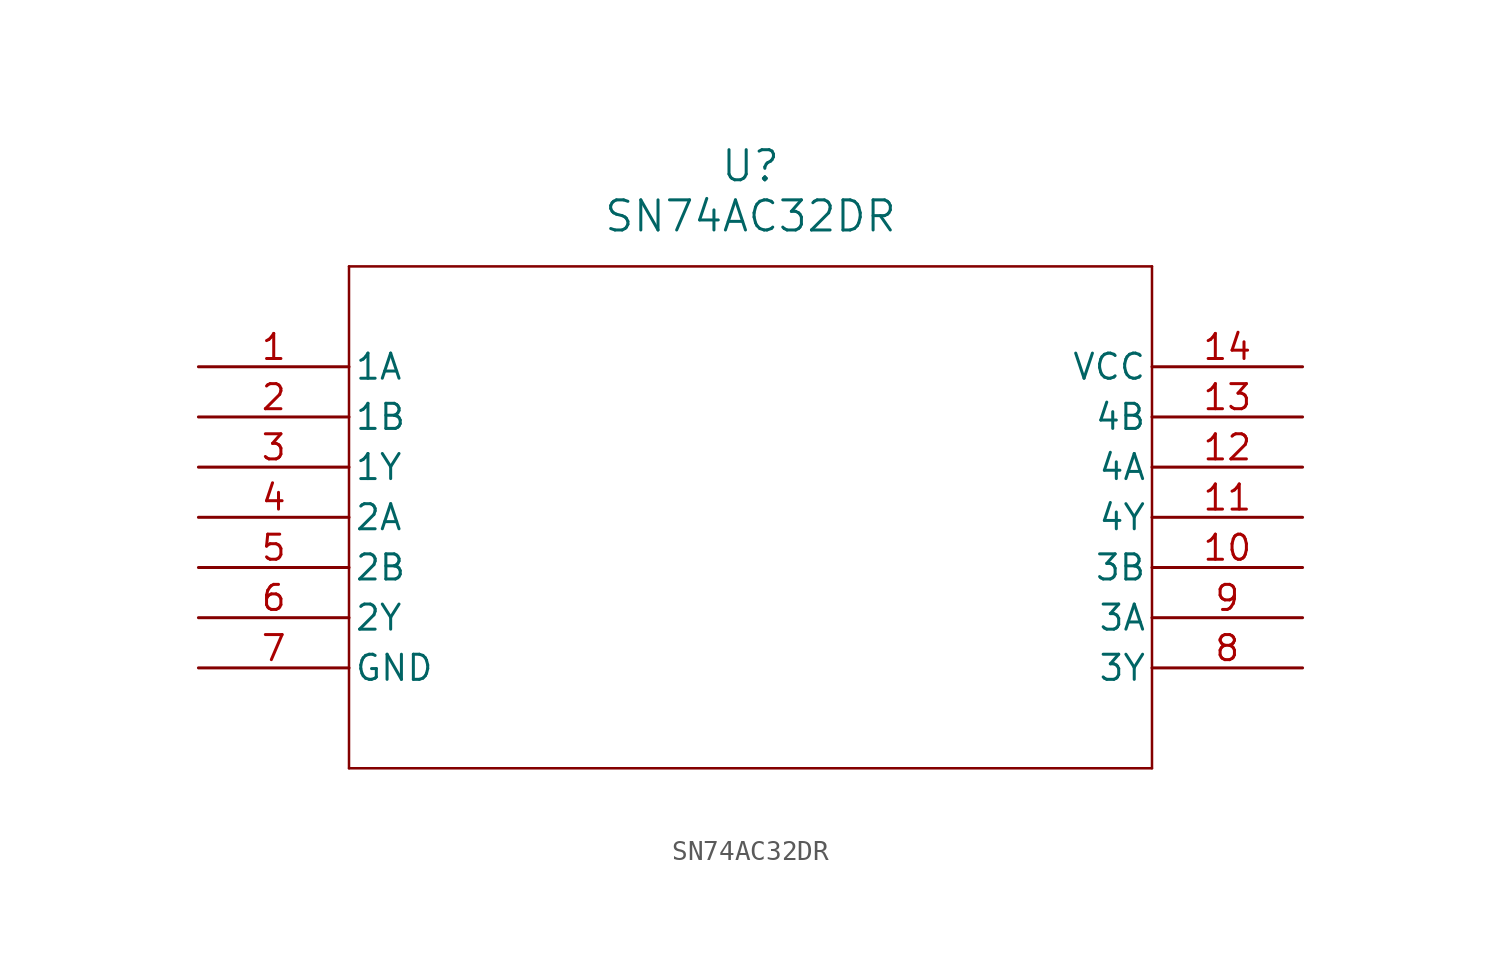
<source format=kicad_sym>
(kicad_symbol_lib
  (version 20211014)
  (generator kicad_symbol_editor)
  (symbol "SN74AC32DR"
    (pin_names
      (offset 0.254))
    (property "Reference" "U"
      (at 27.94 10.16 0)
      (effects (font (size 1.524 1.524))))
    (property "Value" "SN74AC32DR"
      (at 27.94 7.62 0)
      (effects (font (size 1.524 1.524))))
    (symbol "SN74AC32DR_0_1"
      (polyline (pts (xy 7.62 5.08) (xy 7.62 -20.32)) (stroke (width 0.127) (type default) (color 0 0 0 0)) (fill (type none)))
      (polyline (pts (xy 7.62 -20.32) (xy 48.26 -20.32)) (stroke (width 0.127) (type default) (color 0 0 0 0)) (fill (type none)))
      (polyline (pts (xy 48.26 -20.32) (xy 48.26 5.08)) (stroke (width 0.127) (type default) (color 0 0 0 0)) (fill (type none)))
      (polyline (pts (xy 48.26 5.08) (xy 7.62 5.08)) (stroke (width 0.127) (type default) (color 0 0 0 0)) (fill (type none)))
      (pin input line (at 0 0 0) (length 7.62) (name "1A" (effects (font (size 1.27 1.27)))) (number "1" (effects (font (size 1.27 1.27)))))
      (pin input line (at 0 -2.54 0) (length 7.62) (name "1B" (effects (font (size 1.27 1.27)))) (number "2" (effects (font (size 1.27 1.27)))))
      (pin output line (at 0 -5.08 0) (length 7.62) (name "1Y" (effects (font (size 1.27 1.27)))) (number "3" (effects (font (size 1.27 1.27)))))
      (pin input line (at 0 -7.62 0) (length 7.62) (name "2A" (effects (font (size 1.27 1.27)))) (number "4" (effects (font (size 1.27 1.27)))))
      (pin input line (at 0 -10.16 0) (length 7.62) (name "2B" (effects (font (size 1.27 1.27)))) (number "5" (effects (font (size 1.27 1.27)))))
      (pin output line (at 0 -12.7 0) (length 7.62) (name "2Y" (effects (font (size 1.27 1.27)))) (number "6" (effects (font (size 1.27 1.27)))))
      (pin power_in line (at 0 -15.24 0) (length 7.62) (name "GND" (effects (font (size 1.27 1.27)))) (number "7" (effects (font (size 1.27 1.27)))))
      (pin output line (at 55.88 -15.24 180) (length 7.62) (name "3Y" (effects (font (size 1.27 1.27)))) (number "8" (effects (font (size 1.27 1.27)))))
      (pin input line (at 55.88 -12.7 180) (length 7.62) (name "3A" (effects (font (size 1.27 1.27)))) (number "9" (effects (font (size 1.27 1.27)))))
      (pin input line (at 55.88 -10.16 180) (length 7.62) (name "3B" (effects (font (size 1.27 1.27)))) (number "10" (effects (font (size 1.27 1.27)))))
      (pin output line (at 55.88 -7.62 180) (length 7.62) (name "4Y" (effects (font (size 1.27 1.27)))) (number "11" (effects (font (size 1.27 1.27)))))
      (pin input line (at 55.88 -5.08 180) (length 7.62) (name "4A" (effects (font (size 1.27 1.27)))) (number "12" (effects (font (size 1.27 1.27)))))
      (pin input line (at 55.88 -2.54 180) (length 7.62) (name "4B" (effects (font (size 1.27 1.27)))) (number "13" (effects (font (size 1.27 1.27)))))
      (pin power_in line (at 55.88 0 180) (length 7.62) (name "VCC" (effects (font (size 1.27 1.27)))) (number "14" (effects (font (size 1.27 1.27))))))))
</source>
